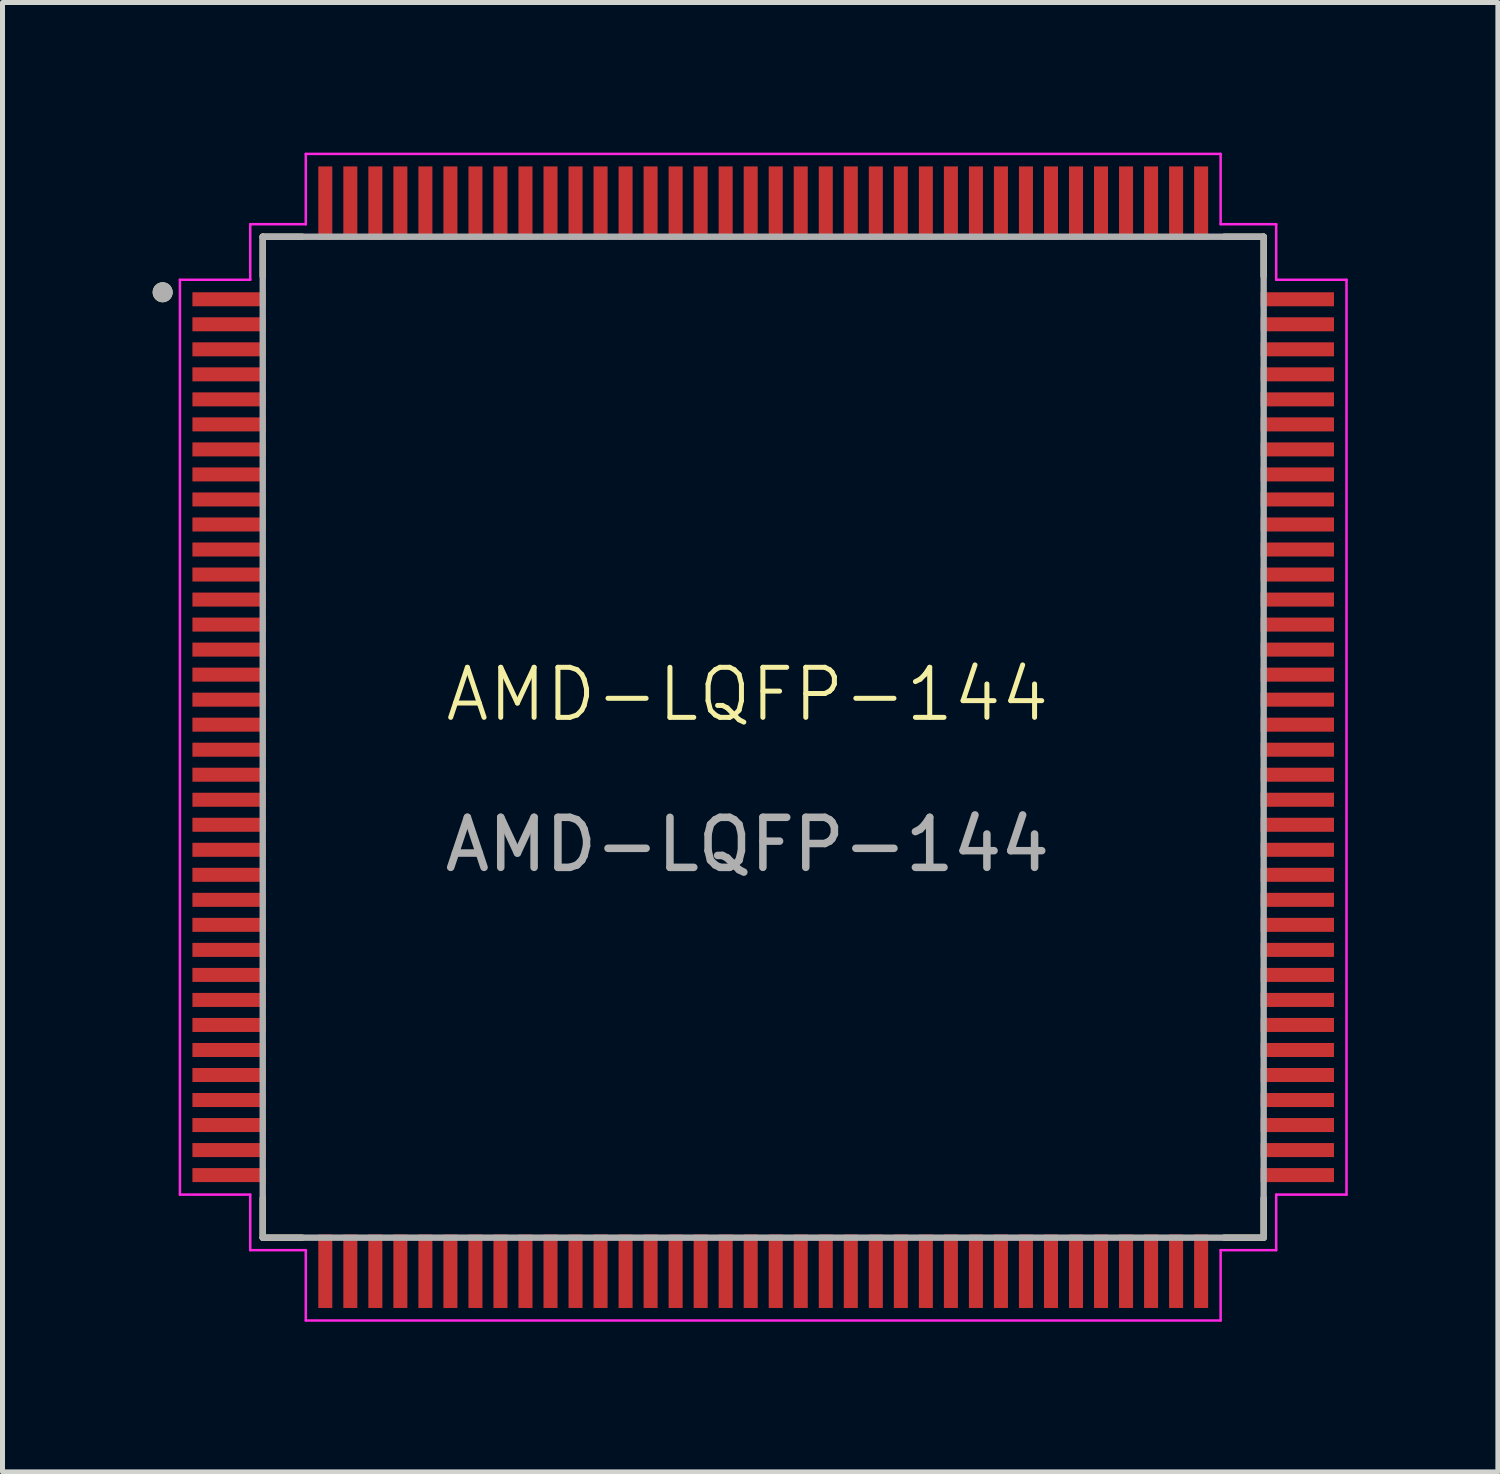
<source format=kicad_pcb>
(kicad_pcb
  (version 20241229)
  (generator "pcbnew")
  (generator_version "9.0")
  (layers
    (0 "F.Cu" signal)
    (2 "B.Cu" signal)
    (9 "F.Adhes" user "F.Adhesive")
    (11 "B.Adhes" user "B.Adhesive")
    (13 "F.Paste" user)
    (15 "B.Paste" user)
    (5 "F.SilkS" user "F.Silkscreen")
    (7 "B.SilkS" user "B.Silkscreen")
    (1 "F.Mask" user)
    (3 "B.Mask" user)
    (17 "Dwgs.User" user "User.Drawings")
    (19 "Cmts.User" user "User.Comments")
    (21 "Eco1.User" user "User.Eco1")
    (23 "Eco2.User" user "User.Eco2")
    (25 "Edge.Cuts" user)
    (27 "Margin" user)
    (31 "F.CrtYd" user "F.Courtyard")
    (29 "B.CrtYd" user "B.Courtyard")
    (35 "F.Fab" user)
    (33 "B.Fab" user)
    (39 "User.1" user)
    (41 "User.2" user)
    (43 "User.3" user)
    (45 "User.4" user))
  (footprint "AMD-LQFP-144"
    (layer "F.Cu")
    (at 11.884 11.326)
    (property "Reference" "AMD-LQFP-144" (at 0 -0.5 0) (unlocked yes) (layer "F.SilkS") (effects (font (size 1 1) (thickness 0.1))))
    (attr smd)
    (fp_line (start -9.684 -9.646) (end -9.684 -8.856) (stroke (width 0.127) (type solid)) (layer "F.SilkS"))
    (fp_line (start -9.684 9.564) (end -9.684 10.354) (stroke (width 0.127) (type solid)) (layer "F.SilkS"))
    (fp_line (start -9.684 10.354) (end -8.894 10.354) (stroke (width 0.127) (type solid)) (layer "F.SilkS"))
    (fp_line (start -8.894 -9.646) (end -9.684 -9.646) (stroke (width 0.127) (type solid)) (layer "F.SilkS"))
    (fp_line (start 9.526 10.354) (end 10.316 10.354) (stroke (width 0.127) (type solid)) (layer "F.SilkS"))
    (fp_line (start 10.316 -9.646) (end 9.526 -9.646) (stroke (width 0.127) (type solid)) (layer "F.SilkS"))
    (fp_line (start 10.316 -8.856) (end 10.316 -9.646) (stroke (width 0.127) (type solid)) (layer "F.SilkS"))
    (fp_line (start 10.316 10.354) (end 10.316 9.564) (stroke (width 0.127) (type solid)) (layer "F.SilkS"))
    (fp_circle (center -11.684 -8.536) (end -11.584 -8.536) (stroke (width 0.2) (type solid)) (fill no) (layer "F.SilkS"))
    (fp_line (start -11.339 -8.786) (end -11.339 9.494) (stroke (width 0.05) (type solid)) (layer "F.CrtYd"))
    (fp_line (start -11.339 9.494) (end -9.934 9.494) (stroke (width 0.05) (type solid)) (layer "F.CrtYd"))
    (fp_line (start -9.934 -9.896) (end -9.934 -8.786) (stroke (width 0.05) (type solid)) (layer "F.CrtYd"))
    (fp_line (start -9.934 -8.786) (end -11.339 -8.786) (stroke (width 0.05) (type solid)) (layer "F.CrtYd"))
    (fp_line (start -9.934 9.494) (end -9.934 10.604) (stroke (width 0.05) (type solid)) (layer "F.CrtYd"))
    (fp_line (start -9.934 10.604) (end -8.824 10.604) (stroke (width 0.05) (type solid)) (layer "F.CrtYd"))
    (fp_line (start -8.824 -11.301) (end -8.824 -9.896) (stroke (width 0.05) (type solid)) (layer "F.CrtYd"))
    (fp_line (start -8.824 -9.896) (end -9.934 -9.896) (stroke (width 0.05) (type solid)) (layer "F.CrtYd"))
    (fp_line (start -8.824 10.604) (end -8.824 12.009) (stroke (width 0.05) (type solid)) (layer "F.CrtYd"))
    (fp_line (start -8.824 12.009) (end 9.456 12.009) (stroke (width 0.05) (type solid)) (layer "F.CrtYd"))
    (fp_line (start 9.456 -11.301) (end -8.824 -11.301) (stroke (width 0.05) (type solid)) (layer "F.CrtYd"))
    (fp_line (start 9.456 -9.896) (end 9.456 -11.301) (stroke (width 0.05) (type solid)) (layer "F.CrtYd"))
    (fp_line (start 9.456 10.604) (end 10.566 10.604) (stroke (width 0.05) (type solid)) (layer "F.CrtYd"))
    (fp_line (start 9.456 12.009) (end 9.456 10.604) (stroke (width 0.05) (type solid)) (layer "F.CrtYd"))
    (fp_line (start 10.566 -9.896) (end 9.456 -9.896) (stroke (width 0.05) (type solid)) (layer "F.CrtYd"))
    (fp_line (start 10.566 -8.786) (end 10.566 -9.896) (stroke (width 0.05) (type solid)) (layer "F.CrtYd"))
    (fp_line (start 10.566 9.494) (end 11.971 9.494) (stroke (width 0.05) (type solid)) (layer "F.CrtYd"))
    (fp_line (start 10.566 10.604) (end 10.566 9.494) (stroke (width 0.05) (type solid)) (layer "F.CrtYd"))
    (fp_line (start 11.971 -8.786) (end 10.566 -8.786) (stroke (width 0.05) (type solid)) (layer "F.CrtYd"))
    (fp_line (start 11.971 9.494) (end 11.971 -8.786) (stroke (width 0.05) (type solid)) (layer "F.CrtYd"))
    (fp_line (start -9.684 -9.646) (end -9.684 10.354) (stroke (width 0.127) (type solid)) (layer "F.Fab"))
    (fp_line (start -9.684 10.354) (end 10.316 10.354) (stroke (width 0.127) (type solid)) (layer "F.Fab"))
    (fp_line (start 10.316 -9.646) (end -9.684 -9.646) (stroke (width 0.127) (type solid)) (layer "F.Fab"))
    (fp_line (start 10.316 10.354) (end 10.316 -9.646) (stroke (width 0.127) (type solid)) (layer "F.Fab"))
    (fp_circle (center -11.684 -8.536) (end -11.584 -8.536) (stroke (width 0.2) (type solid)) (fill no) (layer "F.Fab"))
    (fp_text user "${REFERENCE}" (at 0 2.5 0) (unlocked yes) (layer "F.Fab") (effects (font (size 1 1) (thickness 0.15))))
    (pad "P1" smd rect (at -10.354 -8.396) (size 1.47 0.28) (layers "F.Cu" "F.Mask" "F.Paste"))
    (pad "P2" smd rect (at -10.354 -7.896) (size 1.47 0.28) (layers "F.Cu" "F.Mask" "F.Paste"))
    (pad "P3" smd rect (at -10.354 -7.396) (size 1.47 0.28) (layers "F.Cu" "F.Mask" "F.Paste"))
    (pad "P4" smd rect (at -10.354 -6.896) (size 1.47 0.28) (layers "F.Cu" "F.Mask" "F.Paste"))
    (pad "P5" smd rect (at -10.354 -6.396) (size 1.47 0.28) (layers "F.Cu" "F.Mask" "F.Paste"))
    (pad "P6" smd rect (at -10.354 -5.896) (size 1.47 0.28) (layers "F.Cu" "F.Mask" "F.Paste"))
    (pad "P7" smd rect (at -10.354 -5.396) (size 1.47 0.28) (layers "F.Cu" "F.Mask" "F.Paste"))
    (pad "P8" smd rect (at -10.354 -4.896) (size 1.47 0.28) (layers "F.Cu" "F.Mask" "F.Paste"))
    (pad "P9" smd rect (at -10.354 -4.396) (size 1.47 0.28) (layers "F.Cu" "F.Mask" "F.Paste"))
    (pad "P10" smd rect (at -10.354 -3.896) (size 1.47 0.28) (layers "F.Cu" "F.Mask" "F.Paste"))
    (pad "P11" smd rect (at -10.354 -3.396) (size 1.47 0.28) (layers "F.Cu" "F.Mask" "F.Paste"))
    (pad "P12" smd rect (at -10.354 -2.896) (size 1.47 0.28) (layers "F.Cu" "F.Mask" "F.Paste"))
    (pad "P13" smd rect (at -10.354 -2.396) (size 1.47 0.28) (layers "F.Cu" "F.Mask" "F.Paste"))
    (pad "P14" smd rect (at -10.354 -1.896) (size 1.47 0.28) (layers "F.Cu" "F.Mask" "F.Paste"))
    (pad "P15" smd rect (at -10.354 -1.396) (size 1.47 0.28) (layers "F.Cu" "F.Mask" "F.Paste"))
    (pad "P16" smd rect (at -10.354 -0.896) (size 1.47 0.28) (layers "F.Cu" "F.Mask" "F.Paste"))
    (pad "P17" smd rect (at -10.354 -0.396) (size 1.47 0.28) (layers "F.Cu" "F.Mask" "F.Paste"))
    (pad "P18" smd rect (at -10.354 0.104) (size 1.47 0.28) (layers "F.Cu" "F.Mask" "F.Paste"))
    (pad "P19" smd rect (at -10.354 0.604) (size 1.47 0.28) (layers "F.Cu" "F.Mask" "F.Paste"))
    (pad "P20" smd rect (at -10.354 1.104) (size 1.47 0.28) (layers "F.Cu" "F.Mask" "F.Paste"))
    (pad "P21" smd rect (at -10.354 1.604) (size 1.47 0.28) (layers "F.Cu" "F.Mask" "F.Paste"))
    (pad "P22" smd rect (at -10.354 2.104) (size 1.47 0.28) (layers "F.Cu" "F.Mask" "F.Paste"))
    (pad "P23" smd rect (at -10.354 2.604) (size 1.47 0.28) (layers "F.Cu" "F.Mask" "F.Paste"))
    (pad "P24" smd rect (at -10.354 3.104) (size 1.47 0.28) (layers "F.Cu" "F.Mask" "F.Paste"))
    (pad "P25" smd rect (at -10.354 3.604) (size 1.47 0.28) (layers "F.Cu" "F.Mask" "F.Paste"))
    (pad "P26" smd rect (at -10.354 4.104) (size 1.47 0.28) (layers "F.Cu" "F.Mask" "F.Paste"))
    (pad "P27" smd rect (at -10.354 4.604) (size 1.47 0.28) (layers "F.Cu" "F.Mask" "F.Paste"))
    (pad "P28" smd rect (at -10.354 5.104) (size 1.47 0.28) (layers "F.Cu" "F.Mask" "F.Paste"))
    (pad "P29" smd rect (at -10.354 5.604) (size 1.47 0.28) (layers "F.Cu" "F.Mask" "F.Paste"))
    (pad "P30" smd rect (at -10.354 6.104) (size 1.47 0.28) (layers "F.Cu" "F.Mask" "F.Paste"))
    (pad "P31" smd rect (at -10.354 6.604) (size 1.47 0.28) (layers "F.Cu" "F.Mask" "F.Paste"))
    (pad "P32" smd rect (at -10.354 7.104) (size 1.47 0.28) (layers "F.Cu" "F.Mask" "F.Paste"))
    (pad "P33" smd rect (at -10.354 7.604) (size 1.47 0.28) (layers "F.Cu" "F.Mask" "F.Paste"))
    (pad "P34" smd rect (at -10.354 8.104) (size 1.47 0.28) (layers "F.Cu" "F.Mask" "F.Paste"))
    (pad "P35" smd rect (at -10.354 8.604) (size 1.47 0.28) (layers "F.Cu" "F.Mask" "F.Paste"))
    (pad "P36" smd rect (at -10.354 9.104) (size 1.47 0.28) (layers "F.Cu" "F.Mask" "F.Paste"))
    (pad "P37" smd rect (at -8.434 11.024 90) (size 1.47 0.28) (layers "F.Cu" "F.Mask" "F.Paste"))
    (pad "P38" smd rect (at -7.934 11.024 90) (size 1.47 0.28) (layers "F.Cu" "F.Mask" "F.Paste"))
    (pad "P39" smd rect (at -7.434 11.024 90) (size 1.47 0.28) (layers "F.Cu" "F.Mask" "F.Paste"))
    (pad "P40" smd rect (at -6.934 11.024 90) (size 1.47 0.28) (layers "F.Cu" "F.Mask" "F.Paste"))
    (pad "P41" smd rect (at -6.434 11.024 90) (size 1.47 0.28) (layers "F.Cu" "F.Mask" "F.Paste"))
    (pad "P42" smd rect (at -5.934 11.024 90) (size 1.47 0.28) (layers "F.Cu" "F.Mask" "F.Paste"))
    (pad "P43" smd rect (at -5.434 11.024 90) (size 1.47 0.28) (layers "F.Cu" "F.Mask" "F.Paste"))
    (pad "P44" smd rect (at -4.934 11.024 90) (size 1.47 0.28) (layers "F.Cu" "F.Mask" "F.Paste"))
    (pad "P45" smd rect (at -4.434 11.024 90) (size 1.47 0.28) (layers "F.Cu" "F.Mask" "F.Paste"))
    (pad "P46" smd rect (at -3.934 11.024 90) (size 1.47 0.28) (layers "F.Cu" "F.Mask" "F.Paste"))
    (pad "P47" smd rect (at -3.434 11.024 90) (size 1.47 0.28) (layers "F.Cu" "F.Mask" "F.Paste"))
    (pad "P48" smd rect (at -2.934 11.024 90) (size 1.47 0.28) (layers "F.Cu" "F.Mask" "F.Paste"))
    (pad "P49" smd rect (at -2.434 11.024 90) (size 1.47 0.28) (layers "F.Cu" "F.Mask" "F.Paste"))
    (pad "P50" smd rect (at -1.934 11.024 90) (size 1.47 0.28) (layers "F.Cu" "F.Mask" "F.Paste"))
    (pad "P51" smd rect (at -1.434 11.024 90) (size 1.47 0.28) (layers "F.Cu" "F.Mask" "F.Paste"))
    (pad "P52" smd rect (at -0.934 11.024 90) (size 1.47 0.28) (layers "F.Cu" "F.Mask" "F.Paste"))
    (pad "P53" smd rect (at -0.434 11.024 90) (size 1.47 0.28) (layers "F.Cu" "F.Mask" "F.Paste"))
    (pad "P54" smd rect (at 0.066 11.024 90) (size 1.47 0.28) (layers "F.Cu" "F.Mask" "F.Paste"))
    (pad "P55" smd rect (at 0.566 11.024 90) (size 1.47 0.28) (layers "F.Cu" "F.Mask" "F.Paste"))
    (pad "P56" smd rect (at 1.066 11.024 90) (size 1.47 0.28) (layers "F.Cu" "F.Mask" "F.Paste"))
    (pad "P57" smd rect (at 1.566 11.024 90) (size 1.47 0.28) (layers "F.Cu" "F.Mask" "F.Paste"))
    (pad "P58" smd rect (at 2.066 11.024 90) (size 1.47 0.28) (layers "F.Cu" "F.Mask" "F.Paste"))
    (pad "P59" smd rect (at 2.566 11.024 90) (size 1.47 0.28) (layers "F.Cu" "F.Mask" "F.Paste"))
    (pad "P60" smd rect (at 3.066 11.024 90) (size 1.47 0.28) (layers "F.Cu" "F.Mask" "F.Paste"))
    (pad "P61" smd rect (at 3.566 11.024 90) (size 1.47 0.28) (layers "F.Cu" "F.Mask" "F.Paste"))
    (pad "P62" smd rect (at 4.066 11.024 90) (size 1.47 0.28) (layers "F.Cu" "F.Mask" "F.Paste"))
    (pad "P63" smd rect (at 4.566 11.024 90) (size 1.47 0.28) (layers "F.Cu" "F.Mask" "F.Paste"))
    (pad "P64" smd rect (at 5.066 11.024 90) (size 1.47 0.28) (layers "F.Cu" "F.Mask" "F.Paste"))
    (pad "P65" smd rect (at 5.566 11.024 90) (size 1.47 0.28) (layers "F.Cu" "F.Mask" "F.Paste"))
    (pad "P66" smd rect (at 6.066 11.024 90) (size 1.47 0.28) (layers "F.Cu" "F.Mask" "F.Paste"))
    (pad "P67" smd rect (at 6.566 11.024 90) (size 1.47 0.28) (layers "F.Cu" "F.Mask" "F.Paste"))
    (pad "P68" smd rect (at 7.066 11.024 90) (size 1.47 0.28) (layers "F.Cu" "F.Mask" "F.Paste"))
    (pad "P69" smd rect (at 7.566 11.024 90) (size 1.47 0.28) (layers "F.Cu" "F.Mask" "F.Paste"))
    (pad "P70" smd rect (at 8.066 11.024 90) (size 1.47 0.28) (layers "F.Cu" "F.Mask" "F.Paste"))
    (pad "P71" smd rect (at 8.566 11.024 90) (size 1.47 0.28) (layers "F.Cu" "F.Mask" "F.Paste"))
    (pad "P72" smd rect (at 9.066 11.024 90) (size 1.47 0.28) (layers "F.Cu" "F.Mask" "F.Paste"))
    (pad "P73" smd rect (at 10.986 9.104) (size 1.47 0.28) (layers "F.Cu" "F.Mask" "F.Paste"))
    (pad "P74" smd rect (at 10.986 8.604) (size 1.47 0.28) (layers "F.Cu" "F.Mask" "F.Paste"))
    (pad "P75" smd rect (at 10.986 8.104) (size 1.47 0.28) (layers "F.Cu" "F.Mask" "F.Paste"))
    (pad "P76" smd rect (at 10.986 7.604) (size 1.47 0.28) (layers "F.Cu" "F.Mask" "F.Paste"))
    (pad "P77" smd rect (at 10.986 7.104) (size 1.47 0.28) (layers "F.Cu" "F.Mask" "F.Paste"))
    (pad "P78" smd rect (at 10.986 6.604) (size 1.47 0.28) (layers "F.Cu" "F.Mask" "F.Paste"))
    (pad "P79" smd rect (at 10.986 6.104) (size 1.47 0.28) (layers "F.Cu" "F.Mask" "F.Paste"))
    (pad "P80" smd rect (at 10.986 5.604) (size 1.47 0.28) (layers "F.Cu" "F.Mask" "F.Paste"))
    (pad "P81" smd rect (at 10.986 5.104) (size 1.47 0.28) (layers "F.Cu" "F.Mask" "F.Paste"))
    (pad "P82" smd rect (at 10.986 4.604) (size 1.47 0.28) (layers "F.Cu" "F.Mask" "F.Paste"))
    (pad "P83" smd rect (at 10.986 4.104) (size 1.47 0.28) (layers "F.Cu" "F.Mask" "F.Paste"))
    (pad "P84" smd rect (at 10.986 3.604) (size 1.47 0.28) (layers "F.Cu" "F.Mask" "F.Paste"))
    (pad "P85" smd rect (at 10.986 3.104) (size 1.47 0.28) (layers "F.Cu" "F.Mask" "F.Paste"))
    (pad "P86" smd rect (at 10.986 2.604) (size 1.47 0.28) (layers "F.Cu" "F.Mask" "F.Paste"))
    (pad "P87" smd rect (at 10.986 2.104) (size 1.47 0.28) (layers "F.Cu" "F.Mask" "F.Paste"))
    (pad "P88" smd rect (at 10.986 1.604) (size 1.47 0.28) (layers "F.Cu" "F.Mask" "F.Paste"))
    (pad "P89" smd rect (at 10.986 1.104) (size 1.47 0.28) (layers "F.Cu" "F.Mask" "F.Paste"))
    (pad "P90" smd rect (at 10.986 0.604) (size 1.47 0.28) (layers "F.Cu" "F.Mask" "F.Paste"))
    (pad "P91" smd rect (at 10.986 0.104) (size 1.47 0.28) (layers "F.Cu" "F.Mask" "F.Paste"))
    (pad "P92" smd rect (at 10.986 -0.396) (size 1.47 0.28) (layers "F.Cu" "F.Mask" "F.Paste"))
    (pad "P93" smd rect (at 10.986 -0.896) (size 1.47 0.28) (layers "F.Cu" "F.Mask" "F.Paste"))
    (pad "P94" smd rect (at 10.986 -1.396) (size 1.47 0.28) (layers "F.Cu" "F.Mask" "F.Paste"))
    (pad "P95" smd rect (at 10.986 -1.896) (size 1.47 0.28) (layers "F.Cu" "F.Mask" "F.Paste"))
    (pad "P96" smd rect (at 10.986 -2.396) (size 1.47 0.28) (layers "F.Cu" "F.Mask" "F.Paste"))
    (pad "P97" smd rect (at 10.986 -2.896) (size 1.47 0.28) (layers "F.Cu" "F.Mask" "F.Paste"))
    (pad "P98" smd rect (at 10.986 -3.396) (size 1.47 0.28) (layers "F.Cu" "F.Mask" "F.Paste"))
    (pad "P99" smd rect (at 10.986 -3.896) (size 1.47 0.28) (layers "F.Cu" "F.Mask" "F.Paste"))
    (pad "P100" smd rect (at 10.986 -4.396) (size 1.47 0.28) (layers "F.Cu" "F.Mask" "F.Paste"))
    (pad "P101" smd rect (at 10.986 -4.896) (size 1.47 0.28) (layers "F.Cu" "F.Mask" "F.Paste"))
    (pad "P102" smd rect (at 10.986 -5.396) (size 1.47 0.28) (layers "F.Cu" "F.Mask" "F.Paste"))
    (pad "P103" smd rect (at 10.986 -5.896) (size 1.47 0.28) (layers "F.Cu" "F.Mask" "F.Paste"))
    (pad "P104" smd rect (at 10.986 -6.396) (size 1.47 0.28) (layers "F.Cu" "F.Mask" "F.Paste"))
    (pad "P105" smd rect (at 10.986 -6.896) (size 1.47 0.28) (layers "F.Cu" "F.Mask" "F.Paste"))
    (pad "P106" smd rect (at 10.986 -7.396) (size 1.47 0.28) (layers "F.Cu" "F.Mask" "F.Paste"))
    (pad "P107" smd rect (at 10.986 -7.896) (size 1.47 0.28) (layers "F.Cu" "F.Mask" "F.Paste"))
    (pad "P108" smd rect (at 10.986 -8.396) (size 1.47 0.28) (layers "F.Cu" "F.Mask" "F.Paste"))
    (pad "P109" smd rect (at 9.066 -10.316 90) (size 1.47 0.28) (layers "F.Cu" "F.Mask" "F.Paste"))
    (pad "P110" smd rect (at 8.566 -10.316 90) (size 1.47 0.28) (layers "F.Cu" "F.Mask" "F.Paste"))
    (pad "P111" smd rect (at 8.066 -10.316 90) (size 1.47 0.28) (layers "F.Cu" "F.Mask" "F.Paste"))
    (pad "P112" smd rect (at 7.566 -10.316 90) (size 1.47 0.28) (layers "F.Cu" "F.Mask" "F.Paste"))
    (pad "P113" smd rect (at 7.066 -10.316 90) (size 1.47 0.28) (layers "F.Cu" "F.Mask" "F.Paste"))
    (pad "P114" smd rect (at 6.566 -10.316 90) (size 1.47 0.28) (layers "F.Cu" "F.Mask" "F.Paste"))
    (pad "P115" smd rect (at 6.066 -10.316 90) (size 1.47 0.28) (layers "F.Cu" "F.Mask" "F.Paste"))
    (pad "P116" smd rect (at 5.566 -10.316 90) (size 1.47 0.28) (layers "F.Cu" "F.Mask" "F.Paste"))
    (pad "P117" smd rect (at 5.066 -10.316 90) (size 1.47 0.28) (layers "F.Cu" "F.Mask" "F.Paste"))
    (pad "P118" smd rect (at 4.566 -10.316 90) (size 1.47 0.28) (layers "F.Cu" "F.Mask" "F.Paste"))
    (pad "P119" smd rect (at 4.066 -10.316 90) (size 1.47 0.28) (layers "F.Cu" "F.Mask" "F.Paste"))
    (pad "P120" smd rect (at 3.566 -10.316 90) (size 1.47 0.28) (layers "F.Cu" "F.Mask" "F.Paste"))
    (pad "P121" smd rect (at 3.066 -10.316 90) (size 1.47 0.28) (layers "F.Cu" "F.Mask" "F.Paste"))
    (pad "P122" smd rect (at 2.566 -10.316 90) (size 1.47 0.28) (layers "F.Cu" "F.Mask" "F.Paste"))
    (pad "P123" smd rect (at 2.066 -10.316 90) (size 1.47 0.28) (layers "F.Cu" "F.Mask" "F.Paste"))
    (pad "P124" smd rect (at 1.566 -10.316 90) (size 1.47 0.28) (layers "F.Cu" "F.Mask" "F.Paste"))
    (pad "P125" smd rect (at 1.066 -10.316 90) (size 1.47 0.28) (layers "F.Cu" "F.Mask" "F.Paste"))
    (pad "P126" smd rect (at 0.566 -10.316 90) (size 1.47 0.28) (layers "F.Cu" "F.Mask" "F.Paste"))
    (pad "P127" smd rect (at 0.066 -10.316 90) (size 1.47 0.28) (layers "F.Cu" "F.Mask" "F.Paste"))
    (pad "P128" smd rect (at -0.434 -10.316 90) (size 1.47 0.28) (layers "F.Cu" "F.Mask" "F.Paste"))
    (pad "P129" smd rect (at -0.934 -10.316 90) (size 1.47 0.28) (layers "F.Cu" "F.Mask" "F.Paste"))
    (pad "P130" smd rect (at -1.434 -10.316 90) (size 1.47 0.28) (layers "F.Cu" "F.Mask" "F.Paste"))
    (pad "P131" smd rect (at -1.934 -10.316 90) (size 1.47 0.28) (layers "F.Cu" "F.Mask" "F.Paste"))
    (pad "P132" smd rect (at -2.434 -10.316 90) (size 1.47 0.28) (layers "F.Cu" "F.Mask" "F.Paste"))
    (pad "P133" smd rect (at -2.934 -10.316 90) (size 1.47 0.28) (layers "F.Cu" "F.Mask" "F.Paste"))
    (pad "P134" smd rect (at -3.434 -10.316 90) (size 1.47 0.28) (layers "F.Cu" "F.Mask" "F.Paste"))
    (pad "P135" smd rect (at -3.934 -10.316 90) (size 1.47 0.28) (layers "F.Cu" "F.Mask" "F.Paste"))
    (pad "P136" smd rect (at -4.434 -10.316 90) (size 1.47 0.28) (layers "F.Cu" "F.Mask" "F.Paste"))
    (pad "P137" smd rect (at -4.934 -10.316 90) (size 1.47 0.28) (layers "F.Cu" "F.Mask" "F.Paste"))
    (pad "P138" smd rect (at -5.434 -10.316 90) (size 1.47 0.28) (layers "F.Cu" "F.Mask" "F.Paste"))
    (pad "P139" smd rect (at -5.934 -10.316 90) (size 1.47 0.28) (layers "F.Cu" "F.Mask" "F.Paste"))
    (pad "P140" smd rect (at -6.434 -10.316 90) (size 1.47 0.28) (layers "F.Cu" "F.Mask" "F.Paste"))
    (pad "P141" smd rect (at -6.934 -10.316 90) (size 1.47 0.28) (layers "F.Cu" "F.Mask" "F.Paste"))
    (pad "P142" smd rect (at -7.434 -10.316 90) (size 1.47 0.28) (layers "F.Cu" "F.Mask" "F.Paste"))
    (pad "P143" smd rect (at -7.934 -10.316 90) (size 1.47 0.28) (layers "F.Cu" "F.Mask" "F.Paste"))
    (pad "P144" smd rect (at -8.434 -10.316 90) (size 1.47 0.28) (layers "F.Cu" "F.Mask" "F.Paste")))
  (gr_rect
    (start -3 -3)
    (end 26.88 26.36)
    (stroke (width 0.1) (type default))
    (fill no)
    (layer "Edge.Cuts")))
</source>
